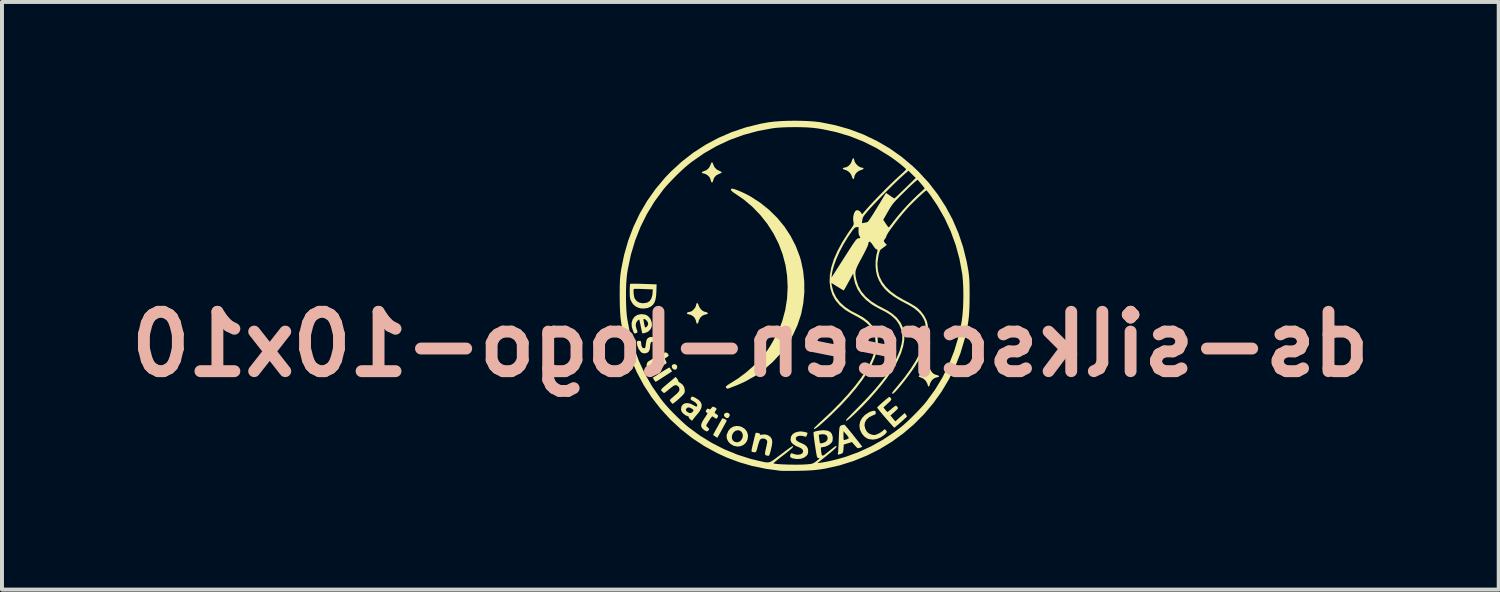
<source format=kicad_pcb>
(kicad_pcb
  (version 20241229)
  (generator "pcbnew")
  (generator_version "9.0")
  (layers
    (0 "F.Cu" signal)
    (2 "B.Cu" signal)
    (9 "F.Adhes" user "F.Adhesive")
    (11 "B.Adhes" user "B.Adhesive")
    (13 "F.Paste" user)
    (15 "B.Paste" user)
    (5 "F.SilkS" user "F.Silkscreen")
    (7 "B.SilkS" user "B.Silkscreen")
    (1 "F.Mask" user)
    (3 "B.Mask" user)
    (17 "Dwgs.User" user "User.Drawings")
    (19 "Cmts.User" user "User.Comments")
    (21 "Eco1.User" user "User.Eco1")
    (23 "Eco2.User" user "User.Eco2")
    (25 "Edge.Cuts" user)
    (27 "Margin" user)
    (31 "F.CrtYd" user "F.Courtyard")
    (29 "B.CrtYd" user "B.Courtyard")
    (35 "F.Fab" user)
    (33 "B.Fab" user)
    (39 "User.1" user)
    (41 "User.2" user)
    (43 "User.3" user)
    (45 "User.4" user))
  (footprint "ds-silkscreen-logo-10x10"
    (layer "F.Cu")
    (at 16.446 5.02)
    (property "Reference" "ds-silkscreen-logo-10x10" (at -0.539 0.629 0) (layer "B.SilkS") (effects (font (size 1.5 1.5) (thickness 0.3)) (justify mirror)))
    (attr board_only exclude_from_pos_files exclude_from_bom)
    (fp_poly (pts (xy -2.413 1.143) (xy -2.389 1.179) (xy -2.386 1.201) (xy -2.398 1.244) (xy -2.428 1.268) (xy -2.466 1.268) (xy -2.503 1.243) (xy -2.525 1.201) (xy -2.521 1.163) (xy -2.493 1.136) (xy -2.457 1.129)) (stroke (width 0) (type solid)) (fill yes) (layer "F.SilkS"))
    (fp_poly (pts (xy -1.11 2.359) (xy -1.07 2.381) (xy -1.058 2.417) (xy -1.074 2.46) (xy -1.102 2.49) (xy -1.134 2.493) (xy -1.174 2.472) (xy -1.202 2.439) (xy -1.204 2.403) (xy -1.185 2.374) (xy -1.149 2.357)) (stroke (width 0) (type solid)) (fill yes) (layer "F.SilkS"))
    (fp_poly (pts (xy -2.567 1.234) (xy -2.545 1.267) (xy -2.544 1.268) (xy -2.517 1.312) (xy -2.718 1.443) (xy -2.789 1.489) (xy -2.85 1.528) (xy -2.897 1.557) (xy -2.925 1.573) (xy -2.931 1.575) (xy -2.946 1.562) (xy -2.969 1.532) (xy -2.973 1.524) (xy -3.004 1.474) (xy -2.797 1.34) (xy -2.725 1.295) (xy -2.663 1.257) (xy -2.615 1.23) (xy -2.586 1.216) (xy -2.58 1.215)) (stroke (width 0) (type solid)) (fill yes) (layer "F.SilkS"))
    (fp_poly (pts (xy -1.23 2.5) (xy -1.196 2.513) (xy -1.184 2.518) (xy -1.149 2.537) (xy -1.138 2.554) (xy -1.145 2.577) (xy -1.147 2.581) (xy -1.169 2.622) (xy -1.199 2.677) (xy -1.234 2.741) (xy -1.27 2.808) (xy -1.306 2.872) (xy -1.337 2.927) (xy -1.36 2.968) (xy -1.372 2.989) (xy -1.373 2.99) (xy -1.387 2.982) (xy -1.417 2.963) (xy -1.427 2.956) (xy -1.46 2.934) (xy -1.478 2.919) (xy -1.479 2.917) (xy -1.472 2.902) (xy -1.452 2.865) (xy -1.424 2.812) (xy -1.389 2.75) (xy -1.352 2.684) (xy -1.317 2.619) (xy -1.285 2.564) (xy -1.261 2.522) (xy -1.248 2.5) (xy -1.246 2.498)) (stroke (width 0) (type solid)) (fill yes) (layer "F.SilkS"))
    (fp_poly (pts (xy -1.489 -3.952) (xy -1.474 -3.909) (xy -1.443 -3.843) (xy -1.388 -3.787) (xy -1.316 -3.75) (xy -1.28 -3.733) (xy -1.261 -3.717) (xy -1.261 -3.714) (xy -1.277 -3.7) (xy -1.313 -3.682) (xy -1.334 -3.674) (xy -1.407 -3.635) (xy -1.456 -3.575) (xy -1.477 -3.514) (xy -1.492 -3.471) (xy -1.509 -3.457) (xy -1.526 -3.473) (xy -1.535 -3.502) (xy -1.55 -3.551) (xy -1.569 -3.591) (xy -1.606 -3.631) (xy -1.657 -3.666) (xy -1.708 -3.687) (xy -1.73 -3.69) (xy -1.76 -3.697) (xy -1.765 -3.713) (xy -1.748 -3.732) (xy -1.712 -3.746) (xy -1.71 -3.747) (xy -1.642 -3.775) (xy -1.586 -3.827) (xy -1.548 -3.896) (xy -1.543 -3.911) (xy -1.526 -3.956) (xy -1.507 -3.97)) (stroke (width 0) (type solid)) (fill yes) (layer "F.SilkS"))
    (fp_poly (pts (xy 2.077 -4.065) (xy 2.084 -4.036) (xy 2.098 -3.981) (xy 2.134 -3.925) (xy 2.184 -3.876) (xy 2.241 -3.843) (xy 2.286 -3.833) (xy 2.316 -3.826) (xy 2.321 -3.81) (xy 2.303 -3.791) (xy 2.268 -3.779) (xy 2.202 -3.753) (xy 2.144 -3.708) (xy 2.102 -3.65) (xy 2.084 -3.588) (xy 2.084 -3.579) (xy 2.077 -3.551) (xy 2.061 -3.547) (xy 2.043 -3.565) (xy 2.029 -3.601) (xy 2.028 -3.605) (xy 2.002 -3.669) (xy 1.954 -3.726) (xy 1.893 -3.766) (xy 1.856 -3.778) (xy 1.818 -3.791) (xy 1.799 -3.809) (xy 1.8 -3.825) (xy 1.826 -3.833) (xy 1.83 -3.833) (xy 1.892 -3.848) (xy 1.951 -3.886) (xy 1.998 -3.942) (xy 2.027 -4.008) (xy 2.029 -4.018) (xy 2.043 -4.054) (xy 2.061 -4.071)) (stroke (width 0) (type solid)) (fill yes) (layer "F.SilkS"))
    (fp_poly (pts (xy 3.985 1.182) (xy 3.992 1.21) (xy 3.992 1.213) (xy 4.004 1.26) (xy 4.033 1.313) (xy 4.071 1.358) (xy 4.091 1.373) (xy 4.133 1.394) (xy 4.179 1.407) (xy 4.217 1.421) (xy 4.231 1.437) (xy 4.218 1.452) (xy 4.211 1.454) (xy 4.181 1.462) (xy 4.145 1.471) (xy 4.092 1.496) (xy 4.043 1.543) (xy 4.009 1.6) (xy 3.999 1.632) (xy 3.986 1.675) (xy 3.971 1.697) (xy 3.957 1.692) (xy 3.956 1.69) (xy 3.946 1.668) (xy 3.933 1.629) (xy 3.93 1.621) (xy 3.893 1.552) (xy 3.835 1.497) (xy 3.771 1.468) (xy 3.726 1.451) (xy 3.712 1.433) (xy 3.731 1.414) (xy 3.771 1.399) (xy 3.844 1.366) (xy 3.901 1.313) (xy 3.934 1.248) (xy 3.937 1.235) (xy 3.95 1.197) (xy 3.968 1.178)) (stroke (width 0) (type solid)) (fill yes) (layer "F.SilkS"))
    (fp_poly (pts (xy -0.804 2.7) (xy -0.754 2.718) (xy -0.676 2.769) (xy -0.624 2.837) (xy -0.599 2.919) (xy -0.598 2.95) (xy -0.611 3.039) (xy -0.65 3.113) (xy -0.708 3.168) (xy -0.781 3.202) (xy -0.864 3.212) (xy -0.953 3.194) (xy -0.97 3.187) (xy -1.045 3.142) (xy -1.101 3.08) (xy -1.133 3.009) (xy -1.138 2.949) (xy -1.005 2.949) (xy -1.004 3.005) (xy -0.985 3.053) (xy -0.944 3.089) (xy -0.936 3.092) (xy -0.872 3.106) (xy -0.815 3.089) (xy -0.771 3.051) (xy -0.738 2.993) (xy -0.728 2.932) (xy -0.74 2.876) (xy -0.771 2.831) (xy -0.818 2.804) (xy -0.853 2.799) (xy -0.91 2.812) (xy -0.955 2.846) (xy -0.988 2.894) (xy -1.005 2.949) (xy -1.138 2.949) (xy -1.139 2.935) (xy -1.136 2.915) (xy -1.1 2.824) (xy -1.045 2.755) (xy -0.975 2.71) (xy -0.893 2.691)) (stroke (width 0) (type solid)) (fill yes) (layer "F.SilkS"))
    (fp_poly (pts (xy -1.864 -0.4) (xy -1.846 -0.364) (xy -1.843 -0.35) (xy -1.822 -0.302) (xy -1.785 -0.253) (xy -1.739 -0.214) (xy -1.694 -0.193) (xy -1.68 -0.191) (xy -1.649 -0.184) (xy -1.623 -0.167) (xy -1.611 -0.149) (xy -1.618 -0.139) (xy -1.641 -0.131) (xy -1.68 -0.122) (xy -1.687 -0.121) (xy -1.75 -0.095) (xy -1.803 -0.046) (xy -1.837 0.016) (xy -1.843 0.042) (xy -1.856 0.083) (xy -1.873 0.106) (xy -1.89 0.108) (xy -1.899 0.093) (xy -1.907 0.062) (xy -1.916 0.024) (xy -1.945 -0.039) (xy -1.996 -0.09) (xy -2.059 -0.119) (xy -2.071 -0.122) (xy -2.113 -0.132) (xy -2.139 -0.144) (xy -2.142 -0.147) (xy -2.139 -0.167) (xy -2.114 -0.183) (xy -2.073 -0.191) (xy -2.07 -0.191) (xy -2.028 -0.204) (xy -1.983 -0.238) (xy -1.943 -0.284) (xy -1.916 -0.332) (xy -1.909 -0.365) (xy -1.901 -0.402) (xy -1.884 -0.413)) (stroke (width 0) (type solid)) (fill yes) (layer "F.SilkS"))
    (fp_poly (pts (xy 2.616 2.313) (xy 2.624 2.329) (xy 2.63 2.365) (xy 2.632 2.373) (xy 2.624 2.392) (xy 2.584 2.414) (xy 2.561 2.422) (xy 2.466 2.468) (xy 2.398 2.528) (xy 2.357 2.598) (xy 2.345 2.676) (xy 2.364 2.76) (xy 2.404 2.833) (xy 2.448 2.875) (xy 2.51 2.905) (xy 2.576 2.92) (xy 2.615 2.918) (xy 2.675 2.897) (xy 2.741 2.863) (xy 2.799 2.822) (xy 2.822 2.801) (xy 2.845 2.778) (xy 2.863 2.779) (xy 2.881 2.794) (xy 2.905 2.822) (xy 2.906 2.85) (xy 2.882 2.883) (xy 2.852 2.911) (xy 2.756 2.979) (xy 2.655 3.021) (xy 2.553 3.036) (xy 2.456 3.024) (xy 2.405 3.004) (xy 2.336 2.954) (xy 2.277 2.881) (xy 2.235 2.794) (xy 2.227 2.768) (xy 2.217 2.672) (xy 2.236 2.579) (xy 2.283 2.492) (xy 2.356 2.414) (xy 2.453 2.35) (xy 2.477 2.338) (xy 2.536 2.316) (xy 2.584 2.307)) (stroke (width 0) (type solid)) (fill yes) (layer "F.SilkS"))
    (fp_poly (pts (xy -2.963 0.467) (xy -2.914 0.516) (xy -2.879 0.583) (xy -2.863 0.659) (xy -2.863 0.673) (xy -2.865 0.712) (xy -2.877 0.728) (xy -2.906 0.732) (xy -2.908 0.732) (xy -2.938 0.728) (xy -2.953 0.713) (xy -2.962 0.676) (xy -2.963 0.666) (xy -2.979 0.603) (xy -3.003 0.568) (xy -3.029 0.561) (xy -3.052 0.582) (xy -3.067 0.63) (xy -3.07 0.671) (xy -3.079 0.755) (xy -3.107 0.814) (xy -3.154 0.848) (xy -3.214 0.858) (xy -3.268 0.849) (xy -3.312 0.815) (xy -3.362 0.745) (xy -3.395 0.663) (xy -3.404 0.597) (xy -3.401 0.559) (xy -3.388 0.544) (xy -3.354 0.541) (xy -3.352 0.541) (xy -3.318 0.543) (xy -3.303 0.557) (xy -3.298 0.591) (xy -3.298 0.601) (xy -3.289 0.668) (xy -3.267 0.711) (xy -3.235 0.729) (xy -3.224 0.729) (xy -3.204 0.722) (xy -3.191 0.703) (xy -3.184 0.664) (xy -3.18 0.628) (xy -3.172 0.57) (xy -3.16 0.52) (xy -3.151 0.497) (xy -3.119 0.465) (xy -3.07 0.445) (xy -3.022 0.443)) (stroke (width 0) (type solid)) (fill yes) (layer "F.SilkS"))
    (fp_poly (pts (xy -3.445 -0.902) (xy -3.361 -0.901) (xy -3.264 -0.898) (xy -3.237 -0.897) (xy -2.907 -0.886) (xy -2.913 -0.701) (xy -2.921 -0.583) (xy -2.938 -0.491) (xy -2.965 -0.42) (xy -3.004 -0.365) (xy -3.055 -0.324) (xy -3.127 -0.291) (xy -3.215 -0.276) (xy -3.303 -0.278) (xy -3.363 -0.293) (xy -3.442 -0.331) (xy -3.5 -0.382) (xy -3.547 -0.455) (xy -3.565 -0.493) (xy -3.576 -0.529) (xy -3.583 -0.572) (xy -3.586 -0.63) (xy -3.586 -0.701) (xy -3.49 -0.701) (xy -3.486 -0.646) (xy -3.478 -0.59) (xy -3.467 -0.544) (xy -3.46 -0.527) (xy -3.411 -0.464) (xy -3.344 -0.424) (xy -3.263 -0.408) (xy -3.174 -0.418) (xy -3.129 -0.432) (xy -3.078 -0.469) (xy -3.039 -0.531) (xy -3.015 -0.616) (xy -3.01 -0.659) (xy -3.002 -0.758) (xy -3.238 -0.768) (xy -3.322 -0.771) (xy -3.393 -0.772) (xy -3.447 -0.772) (xy -3.478 -0.77) (xy -3.483 -0.769) (xy -3.489 -0.745) (xy -3.49 -0.701) (xy -3.586 -0.701) (xy -3.587 -0.71) (xy -3.586 -0.782) (xy -3.583 -0.842) (xy -3.58 -0.883) (xy -3.576 -0.898) (xy -3.558 -0.901) (xy -3.513 -0.902)) (stroke (width 0) (type solid)) (fill yes) (layer "F.SilkS"))
    (fp_poly (pts (xy -1.451 2.215) (xy -1.408 2.236) (xy -1.392 2.256) (xy -1.401 2.284) (xy -1.416 2.307) (xy -1.437 2.338) (xy -1.44 2.359) (xy -1.422 2.377) (xy -1.38 2.403) (xy -1.355 2.428) (xy -1.36 2.463) (xy -1.375 2.487) (xy -1.392 2.505) (xy -1.408 2.506) (xy -1.437 2.489) (xy -1.445 2.483) (xy -1.478 2.461) (xy -1.499 2.45) (xy -1.501 2.449) (xy -1.515 2.462) (xy -1.539 2.494) (xy -1.57 2.538) (xy -1.602 2.587) (xy -1.63 2.633) (xy -1.649 2.667) (xy -1.654 2.682) (xy -1.642 2.704) (xy -1.614 2.73) (xy -1.612 2.732) (xy -1.585 2.755) (xy -1.581 2.775) (xy -1.592 2.796) (xy -1.618 2.824) (xy -1.649 2.827) (xy -1.691 2.806) (xy -1.722 2.782) (xy -1.763 2.741) (xy -1.782 2.697) (xy -1.779 2.647) (xy -1.753 2.585) (xy -1.705 2.507) (xy -1.702 2.502) (xy -1.666 2.449) (xy -1.639 2.406) (xy -1.624 2.38) (xy -1.622 2.375) (xy -1.634 2.359) (xy -1.649 2.346) (xy -1.666 2.33) (xy -1.665 2.312) (xy -1.649 2.284) (xy -1.627 2.257) (xy -1.607 2.254) (xy -1.589 2.263) (xy -1.564 2.273) (xy -1.544 2.263) (xy -1.525 2.239) (xy -1.5 2.211) (xy -1.477 2.205)) (stroke (width 0) (type solid)) (fill yes) (layer "F.SilkS"))
    (fp_poly (pts (xy -2.389 1.497) (xy -2.367 1.53) (xy -2.36 1.555) (xy -2.361 1.557) (xy -2.354 1.573) (xy -2.326 1.593) (xy -2.315 1.599) (xy -2.253 1.645) (xy -2.211 1.711) (xy -2.195 1.79) (xy -2.195 1.796) (xy -2.198 1.836) (xy -2.21 1.868) (xy -2.237 1.903) (xy -2.27 1.937) (xy -2.318 1.983) (xy -2.371 2.03) (xy -2.421 2.073) (xy -2.464 2.107) (xy -2.493 2.128) (xy -2.502 2.131) (xy -2.517 2.12) (xy -2.541 2.093) (xy -2.544 2.089) (xy -2.565 2.057) (xy -2.573 2.037) (xy -2.573 2.036) (xy -2.56 2.022) (xy -2.528 1.992) (xy -2.483 1.952) (xy -2.449 1.922) (xy -2.393 1.873) (xy -2.358 1.837) (xy -2.339 1.809) (xy -2.331 1.783) (xy -2.33 1.766) (xy -2.34 1.716) (xy -2.372 1.682) (xy -2.401 1.665) (xy -2.43 1.66) (xy -2.465 1.671) (xy -2.509 1.699) (xy -2.57 1.747) (xy -2.594 1.766) (xy -2.644 1.808) (xy -2.686 1.84) (xy -2.713 1.858) (xy -2.718 1.861) (xy -2.736 1.85) (xy -2.764 1.825) (xy -2.768 1.821) (xy -2.783 1.805) (xy -2.792 1.792) (xy -2.793 1.778) (xy -2.782 1.76) (xy -2.758 1.734) (xy -2.717 1.697) (xy -2.657 1.646) (xy -2.585 1.586) (xy -2.427 1.452)) (stroke (width 0) (type solid)) (fill yes) (layer "F.SilkS"))
    (fp_poly (pts (xy 0.776 2.834) (xy 0.827 2.842) (xy 0.872 2.853) (xy 0.901 2.864) (xy 0.907 2.87) (xy 0.902 2.886) (xy 0.891 2.92) (xy 0.889 2.923) (xy 0.875 2.956) (xy 0.857 2.964) (xy 0.831 2.957) (xy 0.767 2.941) (xy 0.704 2.94) (xy 0.652 2.953) (xy 0.618 2.978) (xy 0.612 2.99) (xy 0.611 3.031) (xy 0.637 3.068) (xy 0.692 3.101) (xy 0.732 3.118) (xy 0.82 3.158) (xy 0.879 3.203) (xy 0.912 3.257) (xy 0.922 3.323) (xy 0.922 3.324) (xy 0.918 3.379) (xy 0.901 3.42) (xy 0.878 3.448) (xy 0.812 3.496) (xy 0.727 3.523) (xy 0.629 3.527) (xy 0.536 3.511) (xy 0.485 3.491) (xy 0.464 3.462) (xy 0.471 3.42) (xy 0.474 3.411) (xy 0.488 3.387) (xy 0.504 3.381) (xy 0.536 3.391) (xy 0.548 3.396) (xy 0.616 3.416) (xy 0.682 3.418) (xy 0.738 3.405) (xy 0.778 3.378) (xy 0.795 3.339) (xy 0.795 3.334) (xy 0.782 3.291) (xy 0.741 3.254) (xy 0.67 3.222) (xy 0.662 3.219) (xy 0.603 3.192) (xy 0.547 3.154) (xy 0.532 3.142) (xy 0.496 3.102) (xy 0.48 3.063) (xy 0.477 3.026) (xy 0.491 2.954) (xy 0.532 2.896) (xy 0.596 2.856) (xy 0.68 2.834) (xy 0.729 2.831)) (stroke (width 0) (type solid)) (fill yes) (layer "F.SilkS"))
    (fp_poly (pts (xy -2.797 0.809) (xy -2.781 0.829) (xy -2.761 0.851) (xy -2.738 0.851) (xy -2.716 0.842) (xy -2.672 0.833) (xy -2.635 0.853) (xy -2.608 0.892) (xy -2.603 0.914) (xy -2.62 0.935) (xy -2.648 0.954) (xy -2.702 0.988) (xy -2.676 1.044) (xy -2.659 1.081) (xy -2.658 1.102) (xy -2.673 1.118) (xy -2.679 1.123) (xy -2.711 1.141) (xy -2.732 1.138) (xy -2.753 1.109) (xy -2.761 1.093) (xy -2.779 1.058) (xy -2.791 1.038) (xy -2.792 1.037) (xy -2.807 1.04) (xy -2.842 1.056) (xy -2.889 1.078) (xy -2.939 1.105) (xy -2.985 1.13) (xy -3.017 1.151) (xy -3.025 1.157) (xy -3.042 1.176) (xy -3.042 1.198) (xy -3.028 1.228) (xy -3.013 1.261) (xy -3.008 1.279) (xy -3.009 1.28) (xy -3.028 1.291) (xy -3.058 1.307) (xy -3.084 1.318) (xy -3.091 1.32) (xy -3.103 1.308) (xy -3.124 1.28) (xy -3.125 1.279) (xy -3.154 1.214) (xy -3.161 1.149) (xy -3.145 1.094) (xy -3.143 1.09) (xy -3.117 1.064) (xy -3.07 1.032) (xy -3.012 0.998) (xy -2.99 0.986) (xy -2.933 0.957) (xy -2.89 0.932) (xy -2.866 0.917) (xy -2.863 0.913) (xy -2.87 0.894) (xy -2.879 0.874) (xy -2.885 0.851) (xy -2.87 0.832) (xy -2.849 0.82) (xy -2.816 0.805)) (stroke (width 0) (type solid)) (fill yes) (layer "F.SilkS"))
    (fp_poly (pts (xy -1.972 1.96) (xy -1.928 1.981) (xy -1.844 2.034) (xy -1.79 2.094) (xy -1.767 2.16) (xy -1.776 2.233) (xy -1.815 2.313) (xy -1.865 2.379) (xy -1.91 2.431) (xy -1.95 2.479) (xy -1.978 2.515) (xy -1.981 2.518) (xy -2.012 2.561) (xy -2.058 2.524) (xy -2.086 2.495) (xy -2.095 2.473) (xy -2.094 2.469) (xy -2.099 2.454) (xy -2.131 2.441) (xy -2.132 2.441) (xy -2.173 2.423) (xy -2.219 2.391) (xy -2.236 2.376) (xy -2.272 2.333) (xy -2.288 2.292) (xy -2.289 2.279) (xy -2.169 2.279) (xy -2.159 2.314) (xy -2.117 2.346) (xy -2.075 2.365) (xy -2.045 2.366) (xy -2.011 2.347) (xy -2.008 2.345) (xy -1.977 2.314) (xy -1.978 2.286) (xy -2.005 2.262) (xy -2.063 2.231) (xy -2.104 2.222) (xy -2.137 2.234) (xy -2.147 2.243) (xy -2.169 2.279) (xy -2.289 2.279) (xy -2.29 2.26) (xy -2.278 2.195) (xy -2.242 2.148) (xy -2.19 2.12) (xy -2.124 2.114) (xy -2.05 2.13) (xy -1.981 2.164) (xy -1.929 2.193) (xy -1.897 2.201) (xy -1.888 2.196) (xy -1.879 2.168) (xy -1.895 2.133) (xy -1.93 2.096) (xy -1.98 2.064) (xy -2.028 2.038) (xy -2.048 2.014) (xy -2.045 1.988) (xy -2.032 1.967) (xy -2.018 1.953) (xy -2.001 1.95)) (stroke (width 0) (type solid)) (fill yes) (layer "F.SilkS"))
    (fp_poly (pts (xy -0.351 2.868) (xy -0.343 2.869) (xy -0.305 2.882) (xy -0.295 2.9) (xy -0.296 2.902) (xy -0.296 2.915) (xy -0.275 2.916) (xy -0.248 2.911) (xy -0.167 2.905) (xy -0.095 2.924) (xy -0.037 2.964) (xy 0.002 3.02) (xy 0.015 3.09) (xy 0.012 3.135) (xy 0.002 3.195) (xy -0.012 3.262) (xy -0.028 3.327) (xy -0.044 3.384) (xy -0.059 3.426) (xy -0.071 3.444) (xy -0.072 3.444) (xy -0.099 3.443) (xy -0.124 3.44) (xy -0.15 3.431) (xy -0.165 3.414) (xy -0.168 3.383) (xy -0.162 3.333) (xy -0.145 3.257) (xy -0.144 3.253) (xy -0.129 3.188) (xy -0.118 3.132) (xy -0.112 3.095) (xy -0.111 3.087) (xy -0.125 3.049) (xy -0.16 3.021) (xy -0.205 3.008) (xy -0.252 3.011) (xy -0.291 3.034) (xy -0.291 3.034) (xy -0.305 3.061) (xy -0.324 3.111) (xy -0.344 3.175) (xy -0.354 3.213) (xy -0.372 3.283) (xy -0.387 3.327) (xy -0.402 3.351) (xy -0.424 3.358) (xy -0.456 3.354) (xy -0.487 3.348) (xy -0.499 3.344) (xy -0.507 3.337) (xy -0.509 3.32) (xy -0.506 3.29) (xy -0.496 3.242) (xy -0.48 3.171) (xy -0.464 3.106) (xy -0.445 3.024) (xy -0.428 2.954) (xy -0.414 2.9) (xy -0.406 2.87) (xy -0.404 2.865) (xy -0.387 2.864)) (stroke (width 0) (type solid)) (fill yes) (layer "F.SilkS"))
    (fp_poly (pts (xy -3.196 -0.122) (xy -3.125 -0.086) (xy -3.07 -0.023) (xy -3.058 -0.000242) (xy -3.028 0.087) (xy -3.027 0.169) (xy -3.057 0.242) (xy -3.111 0.3) (xy -3.146 0.321) (xy -3.191 0.338) (xy -3.234 0.349) (xy -3.264 0.35) (xy -3.269 0.347) (xy -3.274 0.33) (xy -3.284 0.288) (xy -3.297 0.228) (xy -3.307 0.176) (xy -3.321 0.107) (xy -3.333 0.051) (xy -3.343 0.015) (xy -3.346 0.006) (xy -3.239 0.006) (xy -3.234 0.044) (xy -3.226 0.093) (xy -3.216 0.142) (xy -3.206 0.182) (xy -3.204 0.188) (xy -3.188 0.204) (xy -3.164 0.194) (xy -3.137 0.161) (xy -3.134 0.156) (xy -3.12 0.12) (xy -3.126 0.083) (xy -3.131 0.068) (xy -3.152 0.036) (xy -3.183 0.008) (xy -3.215 -0.011) (xy -3.237 -0.012) (xy -3.239 -0.011) (xy -3.239 0.006) (xy -3.346 0.006) (xy -3.347 0.004) (xy -3.361 0.009) (xy -3.388 0.031) (xy -3.395 0.037) (xy -3.428 0.092) (xy -3.435 0.162) (xy -3.414 0.242) (xy -3.412 0.249) (xy -3.394 0.294) (xy -3.391 0.319) (xy -3.403 0.335) (xy -3.428 0.347) (xy -3.454 0.357) (xy -3.471 0.35) (xy -3.487 0.324) (xy -3.499 0.298) (xy -3.534 0.19) (xy -3.539 0.093) (xy -3.515 0.006) (xy -3.512 0.000364) (xy -3.462 -0.07) (xy -3.395 -0.113) (xy -3.31 -0.132) (xy -3.286 -0.133)) (stroke (width 0) (type solid)) (fill yes) (layer "F.SilkS"))
    (fp_poly (pts (xy 1.842 2.662) (xy 1.857 2.677) (xy 1.887 2.712) (xy 1.929 2.763) (xy 1.98 2.825) (xy 2.036 2.893) (xy 2.093 2.965) (xy 2.149 3.036) (xy 2.2 3.1) (xy 2.242 3.155) (xy 2.273 3.195) (xy 2.287 3.216) (xy 2.288 3.219) (xy 2.271 3.227) (xy 2.235 3.24) (xy 2.227 3.243) (xy 2.197 3.252) (xy 2.174 3.251) (xy 2.152 3.237) (xy 2.12 3.204) (xy 2.099 3.18) (xy 2.027 3.098) (xy 1.924 3.13) (xy 1.821 3.161) (xy 1.817 3.239) (xy 1.811 3.309) (xy 1.802 3.354) (xy 1.788 3.379) (xy 1.765 3.392) (xy 1.759 3.394) (xy 1.717 3.406) (xy 1.694 3.414) (xy 1.675 3.416) (xy 1.672 3.399) (xy 1.675 3.378) (xy 1.679 3.347) (xy 1.683 3.291) (xy 1.687 3.215) (xy 1.691 3.127) (xy 1.694 3.054) (xy 1.696 3.001) (xy 1.814 3.001) (xy 1.818 3.035) (xy 1.833 3.047) (xy 1.865 3.041) (xy 1.92 3.02) (xy 1.921 3.02) (xy 1.942 3.009) (xy 1.946 2.992) (xy 1.934 2.965) (xy 1.902 2.924) (xy 1.87 2.887) (xy 1.814 2.823) (xy 1.814 2.939) (xy 1.814 3.001) (xy 1.696 3.001) (xy 1.698 2.938) (xy 1.702 2.85) (xy 1.707 2.785) (xy 1.713 2.74) (xy 1.721 2.711) (xy 1.733 2.692) (xy 1.749 2.681) (xy 1.77 2.673) (xy 1.774 2.672) (xy 1.814 2.662) (xy 1.84 2.661)) (stroke (width 0) (type solid)) (fill yes) (layer "F.SilkS"))
    (fp_poly (pts (xy 2.991 1.968) (xy 3.011 1.992) (xy 3.022 2.01) (xy 3.023 2.026) (xy 3.01 2.047) (xy 2.981 2.077) (xy 2.932 2.123) (xy 2.93 2.125) (xy 2.824 2.222) (xy 2.868 2.28) (xy 2.897 2.315) (xy 2.919 2.335) (xy 2.925 2.338) (xy 2.942 2.328) (xy 2.976 2.302) (xy 3.02 2.266) (xy 3.028 2.258) (xy 3.074 2.22) (xy 3.113 2.192) (xy 3.136 2.179) (xy 3.138 2.179) (xy 3.16 2.191) (xy 3.179 2.214) (xy 3.188 2.232) (xy 3.187 2.25) (xy 3.171 2.272) (xy 3.138 2.305) (xy 3.101 2.339) (xy 3 2.428) (xy 3.062 2.502) (xy 3.124 2.576) (xy 3.164 2.54) (xy 3.198 2.51) (xy 3.244 2.468) (xy 3.283 2.434) (xy 3.36 2.365) (xy 3.39 2.403) (xy 3.41 2.433) (xy 3.419 2.451) (xy 3.408 2.464) (xy 3.378 2.492) (xy 3.335 2.532) (xy 3.284 2.578) (xy 3.23 2.626) (xy 3.179 2.67) (xy 3.136 2.706) (xy 3.107 2.729) (xy 3.097 2.736) (xy 3.085 2.724) (xy 3.056 2.692) (xy 3.012 2.643) (xy 2.957 2.581) (xy 2.894 2.508) (xy 2.877 2.489) (xy 2.813 2.414) (xy 2.756 2.347) (xy 2.711 2.291) (xy 2.679 2.251) (xy 2.665 2.23) (xy 2.664 2.228) (xy 2.675 2.213) (xy 2.706 2.183) (xy 2.749 2.142) (xy 2.801 2.096) (xy 2.854 2.049) (xy 2.903 2.008) (xy 2.944 1.976) (xy 2.969 1.958) (xy 2.974 1.956)) (stroke (width 0) (type solid)) (fill yes) (layer "F.SilkS"))
    (fp_poly (pts (xy -0.98 -3.302) (xy -0.929 -3.287) (xy -0.861 -3.263) (xy -0.781 -3.229) (xy -0.695 -3.19) (xy -0.608 -3.146) (xy -0.525 -3.101) (xy -0.524 -3.1) (xy -0.281 -2.942) (xy -0.057 -2.761) (xy 0.146 -2.56) (xy 0.326 -2.341) (xy 0.48 -2.105) (xy 0.608 -1.856) (xy 0.708 -1.594) (xy 0.739 -1.491) (xy 0.795 -1.229) (xy 0.823 -0.957) (xy 0.825 -0.681) (xy 0.799 -0.409) (xy 0.747 -0.145) (xy 0.739 -0.116) (xy 0.651 0.148) (xy 0.534 0.401) (xy 0.39 0.641) (xy 0.221 0.866) (xy 0.029 1.073) (xy -0.184 1.261) (xy -0.416 1.426) (xy -0.665 1.567) (xy -0.724 1.595) (xy -0.795 1.626) (xy -0.871 1.659) (xy -0.947 1.689) (xy -1.016 1.716) (xy -1.072 1.737) (xy -1.109 1.748) (xy -1.119 1.749) (xy -1.132 1.742) (xy -1.145 1.734) (xy -1.16 1.715) (xy -1.15 1.69) (xy -1.114 1.658) (xy -1.051 1.617) (xy -1.021 1.6) (xy -0.842 1.487) (xy -0.661 1.351) (xy -0.486 1.2) (xy -0.324 1.04) (xy -0.181 0.876) (xy -0.107 0.779) (xy -0.04 0.676) (xy 0.032 0.553) (xy 0.103 0.418) (xy 0.17 0.281) (xy 0.226 0.151) (xy 0.269 0.037) (xy 0.269 0.036) (xy 0.344 -0.242) (xy 0.389 -0.529) (xy 0.404 -0.819) (xy 0.389 -1.109) (xy 0.35 -1.369) (xy 0.277 -1.645) (xy 0.176 -1.913) (xy 0.046 -2.17) (xy -0.109 -2.413) (xy -0.288 -2.639) (xy -0.489 -2.847) (xy -0.711 -3.034) (xy -0.913 -3.172) (xy -0.981 -3.218) (xy -1.02 -3.254) (xy -1.032 -3.28) (xy -1.018 -3.298) (xy -1.008 -3.303)) (stroke (width 0) (type solid)) (fill yes) (layer "F.SilkS"))
    (fp_poly (pts (xy 0.766 -5.017) (xy 0.941 -5.01) (xy 1.1 -4.998) (xy 1.233 -4.982) (xy 1.606 -4.907) (xy 1.968 -4.804) (xy 2.318 -4.672) (xy 2.653 -4.512) (xy 2.974 -4.326) (xy 3.278 -4.112) (xy 3.564 -3.872) (xy 3.713 -3.729) (xy 3.967 -3.454) (xy 4.195 -3.159) (xy 4.397 -2.848) (xy 4.572 -2.521) (xy 4.719 -2.179) (xy 4.838 -1.823) (xy 4.928 -1.456) (xy 4.966 -1.249) (xy 4.977 -1.173) (xy 4.985 -1.102) (xy 4.992 -1.029) (xy 4.996 -0.949) (xy 4.999 -0.856) (xy 5 -0.744) (xy 5.001 -0.606) (xy 5.001 -0.596) (xy 4.999 -0.41) (xy 4.994 -0.248) (xy 4.985 -0.103) (xy 4.97 0.033) (xy 4.949 0.166) (xy 4.921 0.305) (xy 4.886 0.456) (xy 4.877 0.493) (xy 4.771 0.848) (xy 4.638 1.188) (xy 4.477 1.514) (xy 4.292 1.825) (xy 4.083 2.117) (xy 3.852 2.391) (xy 3.599 2.646) (xy 3.327 2.879) (xy 3.036 3.09) (xy 2.728 3.278) (xy 2.405 3.44) (xy 2.068 3.577) (xy 1.718 3.687) (xy 1.356 3.768) (xy 1.241 3.787) (xy 1.143 3.8) (xy 1.041 3.81) (xy 0.927 3.817) (xy 0.795 3.822) (xy 0.652 3.825) (xy 0.542 3.826) (xy 0.44 3.826) (xy 0.349 3.826) (xy 0.277 3.826) (xy 0.229 3.824) (xy 0.215 3.823) (xy -0.148 3.774) (xy -0.491 3.703) (xy -0.82 3.608) (xy -1.138 3.488) (xy -1.377 3.378) (xy -1.702 3.201) (xy -2.009 2.998) (xy -2.297 2.771) (xy -2.565 2.522) (xy -2.811 2.252) (xy -3.035 1.964) (xy -3.234 1.657) (xy -3.407 1.335) (xy -3.554 0.999) (xy -3.672 0.651) (xy -3.716 0.493) (xy -3.753 0.338) (xy -3.782 0.197) (xy -3.805 0.063) (xy -3.821 -0.072) (xy -3.831 -0.214) (xy -3.837 -0.371) (xy -3.839 -0.552) (xy -3.84 -0.579) (xy -3.681 -0.579) (xy -3.679 -0.417) (xy -3.673 -0.264) (xy -3.663 -0.129) (xy -3.653 -0.04) (xy -3.583 0.335) (xy -3.484 0.696) (xy -3.357 1.044) (xy -3.202 1.377) (xy -3.018 1.696) (xy -2.806 2) (xy -2.741 2.084) (xy -2.669 2.169) (xy -2.579 2.268) (xy -2.477 2.374) (xy -2.37 2.48) (xy -2.265 2.58) (xy -2.168 2.668) (xy -2.099 2.725) (xy -1.813 2.935) (xy -1.51 3.121) (xy -1.193 3.283) (xy -0.865 3.417) (xy -0.533 3.523) (xy -0.348 3.568) (xy -0.256 3.589) (xy -0.186 3.604) (xy -0.132 3.613) (xy -0.087 3.613) (xy -0.046 3.604) (xy -0.003 3.583) (xy 0.048 3.55) (xy 0.111 3.503) (xy 0.194 3.44) (xy 0.223 3.418) (xy 0.322 3.343) (xy 0.398 3.287) (xy 0.455 3.246) (xy 0.495 3.219) (xy 0.52 3.205) (xy 0.534 3.201) (xy 0.539 3.207) (xy 0.539 3.219) (xy 0.538 3.222) (xy 0.524 3.24) (xy 0.489 3.274) (xy 0.435 3.319) (xy 0.368 3.374) (xy 0.292 3.433) (xy 0.28 3.442) (xy 0.204 3.5) (xy 0.139 3.552) (xy 0.088 3.594) (xy 0.055 3.623) (xy 0.043 3.637) (xy 0.043 3.638) (xy 0.085 3.646) (xy 0.152 3.654) (xy 0.24 3.66) (xy 0.343 3.664) (xy 0.455 3.668) (xy 0.569 3.669) (xy 0.682 3.669) (xy 0.785 3.667) (xy 0.875 3.662) (xy 0.907 3.66) (xy 0.975 3.653) (xy 1.022 3.644) (xy 1.06 3.628) (xy 1.1 3.603) (xy 1.133 3.577) (xy 1.179 3.541) (xy 1.202 3.52) (xy 1.206 3.508) (xy 1.192 3.503) (xy 1.186 3.502) (xy 1.172 3.5) (xy 1.162 3.497) (xy 1.153 3.488) (xy 1.145 3.469) (xy 1.137 3.437) (xy 1.128 3.388) (xy 1.116 3.318) (xy 1.102 3.223) (xy 1.088 3.136) (xy 1.076 3.045) (xy 1.066 2.966) (xy 1.061 2.914) (xy 1.19 2.914) (xy 1.201 3.012) (xy 1.208 3.065) (xy 1.216 3.106) (xy 1.22 3.123) (xy 1.241 3.131) (xy 1.28 3.126) (xy 1.325 3.111) (xy 1.365 3.09) (xy 1.368 3.088) (xy 1.405 3.048) (xy 1.414 3) (xy 1.409 2.964) (xy 1.384 2.926) (xy 1.336 2.904) (xy 1.272 2.901) (xy 1.252 2.903) (xy 1.19 2.914) (xy 1.061 2.914) (xy 1.06 2.903) (xy 1.058 2.862) (xy 1.06 2.848) (xy 1.09 2.833) (xy 1.143 2.819) (xy 1.207 2.808) (xy 1.274 2.801) (xy 1.312 2.799) (xy 1.405 2.809) (xy 1.474 2.838) (xy 1.518 2.888) (xy 1.54 2.958) (xy 1.543 3.001) (xy 1.54 3.055) (xy 1.528 3.091) (xy 1.501 3.126) (xy 1.49 3.137) (xy 1.425 3.185) (xy 1.346 3.217) (xy 1.273 3.229) (xy 1.253 3.231) (xy 1.243 3.242) (xy 1.243 3.27) (xy 1.248 3.319) (xy 1.256 3.38) (xy 1.265 3.42) (xy 1.278 3.44) (xy 1.301 3.439) (xy 1.337 3.417) (xy 1.39 3.375) (xy 1.445 3.331) (xy 1.507 3.281) (xy 1.56 3.24) (xy 1.6 3.211) (xy 1.622 3.197) (xy 1.624 3.197) (xy 1.64 3.204) (xy 1.633 3.225) (xy 1.603 3.26) (xy 1.548 3.312) (xy 1.468 3.379) (xy 1.396 3.438) (xy 1.154 3.631) (xy 1.241 3.62) (xy 1.339 3.604) (xy 1.459 3.58) (xy 1.59 3.549) (xy 1.725 3.513) (xy 1.854 3.476) (xy 1.89 3.464) (xy 2.201 3.35) (xy 2.509 3.208) (xy 2.808 3.041) (xy 3.093 2.852) (xy 3.26 2.725) (xy 3.346 2.653) (xy 3.445 2.563) (xy 3.551 2.461) (xy 3.657 2.354) (xy 3.757 2.249) (xy 3.845 2.152) (xy 3.902 2.084) (xy 4.122 1.784) (xy 4.313 1.469) (xy 4.477 1.14) (xy 4.612 0.796) (xy 4.719 0.44) (xy 4.796 0.073) (xy 4.805 0.014) (xy 4.822 -0.123) (xy 4.834 -0.282) (xy 4.841 -0.454) (xy 4.843 -0.631) (xy 4.84 -0.804) (xy 4.832 -0.966) (xy 4.82 -1.108) (xy 4.814 -1.153) (xy 4.745 -1.526) (xy 4.648 -1.883) (xy 4.523 -2.226) (xy 4.37 -2.556) (xy 4.188 -2.874) (xy 4.01 -3.137) (xy 3.97 -3.19) (xy 3.937 -3.231) (xy 3.914 -3.256) (xy 3.908 -3.26) (xy 3.89 -3.25) (xy 3.854 -3.22) (xy 3.804 -3.176) (xy 3.744 -3.121) (xy 3.677 -3.058) (xy 3.608 -2.991) (xy 3.541 -2.925) (xy 3.479 -2.863) (xy 3.428 -2.808) (xy 3.426 -2.806) (xy 3.346 -2.715) (xy 3.265 -2.619) (xy 3.186 -2.521) (xy 3.111 -2.425) (xy 3.043 -2.334) (xy 2.984 -2.252) (xy 2.938 -2.182) (xy 2.908 -2.129) (xy 2.895 -2.095) (xy 2.895 -2.092) (xy 2.885 -2.067) (xy 2.863 -2.036) (xy 2.837 -2) (xy 2.835 -1.972) (xy 2.858 -1.939) (xy 2.87 -1.925) (xy 2.91 -1.884) (xy 2.843 -1.831) (xy 2.8 -1.799) (xy 2.766 -1.774) (xy 2.754 -1.766) (xy 2.737 -1.742) (xy 2.72 -1.694) (xy 2.703 -1.629) (xy 2.689 -1.555) (xy 2.678 -1.478) (xy 2.672 -1.406) (xy 2.672 -1.386) (xy 2.685 -1.231) (xy 2.723 -1.086) (xy 2.788 -0.952) (xy 2.881 -0.827) (xy 3.003 -0.709) (xy 3.154 -0.598) (xy 3.336 -0.492) (xy 3.388 -0.465) (xy 3.471 -0.422) (xy 3.552 -0.375) (xy 3.623 -0.332) (xy 3.676 -0.296) (xy 3.679 -0.293) (xy 3.768 -0.207) (xy 3.848 -0.101) (xy 3.908 0.013) (xy 3.923 0.053) (xy 3.943 0.142) (xy 3.952 0.25) (xy 3.948 0.368) (xy 3.933 0.486) (xy 3.915 0.565) (xy 3.88 0.667) (xy 3.831 0.787) (xy 3.771 0.915) (xy 3.704 1.042) (xy 3.635 1.16) (xy 3.62 1.183) (xy 3.562 1.27) (xy 3.496 1.363) (xy 3.426 1.458) (xy 3.355 1.551) (xy 3.285 1.639) (xy 3.22 1.718) (xy 3.162 1.785) (xy 3.114 1.836) (xy 3.079 1.868) (xy 3.061 1.877) (xy 3.045 1.874) (xy 3.041 1.863) (xy 3.052 1.84) (xy 3.08 1.802) (xy 3.126 1.746) (xy 3.159 1.708) (xy 3.349 1.475) (xy 3.512 1.25) (xy 3.647 1.035) (xy 3.755 0.829) (xy 3.834 0.635) (xy 3.858 0.558) (xy 3.879 0.482) (xy 3.89 0.419) (xy 3.895 0.356) (xy 3.895 0.279) (xy 3.894 0.25) (xy 3.889 0.168) (xy 3.881 0.107) (xy 3.869 0.058) (xy 3.849 0.008) (xy 3.841 -0.008) (xy 3.781 -0.108) (xy 3.7 -0.199) (xy 3.594 -0.285) (xy 3.46 -0.367) (xy 3.402 -0.397) (xy 3.225 -0.492) (xy 3.077 -0.585) (xy 2.955 -0.677) (xy 2.855 -0.773) (xy 2.775 -0.874) (xy 2.712 -0.984) (xy 2.664 -1.103) (xy 2.637 -1.217) (xy 2.625 -1.349) (xy 2.627 -1.485) (xy 2.644 -1.615) (xy 2.654 -1.657) (xy 2.668 -1.713) (xy 2.674 -1.746) (xy 2.671 -1.761) (xy 2.659 -1.767) (xy 2.65 -1.769) (xy 2.624 -1.785) (xy 2.59 -1.825) (xy 2.561 -1.869) (xy 2.519 -1.929) (xy 2.486 -1.96) (xy 2.472 -1.964) (xy 2.45 -1.956) (xy 2.444 -1.928) (xy 2.444 -1.92) (xy 2.437 -1.888) (xy 2.414 -1.829) (xy 2.373 -1.745) (xy 2.316 -1.634) (xy 2.282 -1.57) (xy 2.223 -1.461) (xy 2.178 -1.375) (xy 2.147 -1.305) (xy 2.126 -1.247) (xy 2.116 -1.196) (xy 2.115 -1.146) (xy 2.121 -1.091) (xy 2.133 -1.027) (xy 2.138 -1) (xy 2.186 -0.849) (xy 2.264 -0.709) (xy 2.372 -0.579) (xy 2.509 -0.461) (xy 2.675 -0.355) (xy 2.783 -0.299) (xy 2.929 -0.222) (xy 3.047 -0.144) (xy 3.145 -0.059) (xy 3.168 -0.036) (xy 3.257 0.082) (xy 3.318 0.212) (xy 3.349 0.355) (xy 3.351 0.509) (xy 3.323 0.676) (xy 3.267 0.855) (xy 3.181 1.046) (xy 3.066 1.249) (xy 3.01 1.336) (xy 2.899 1.494) (xy 2.767 1.664) (xy 2.619 1.841) (xy 2.461 2.019) (xy 2.297 2.192) (xy 2.132 2.355) (xy 2.091 2.394) (xy 2.014 2.465) (xy 1.956 2.515) (xy 1.916 2.546) (xy 1.891 2.559) (xy 1.879 2.556) (xy 1.877 2.545) (xy 1.888 2.53) (xy 1.918 2.496) (xy 1.965 2.446) (xy 2.027 2.382) (xy 2.099 2.308) (xy 2.179 2.227) (xy 2.183 2.223) (xy 2.414 1.985) (xy 2.617 1.76) (xy 2.792 1.547) (xy 2.941 1.345) (xy 3.063 1.153) (xy 3.16 0.97) (xy 3.233 0.795) (xy 3.281 0.627) (xy 3.3 0.515) (xy 3.301 0.388) (xy 3.275 0.258) (xy 3.224 0.135) (xy 3.151 0.026) (xy 3.122 -0.006) (xy 3.063 -0.062) (xy 3.004 -0.11) (xy 2.936 -0.155) (xy 2.853 -0.203) (xy 2.767 -0.246) (xy 2.693 -0.285) (xy 2.619 -0.326) (xy 2.556 -0.363) (xy 2.531 -0.378) (xy 2.384 -0.492) (xy 2.263 -0.621) (xy 2.169 -0.763) (xy 2.105 -0.917) (xy 2.072 -1.069) (xy 2.06 -1.161) (xy 1.943 -0.946) (xy 1.902 -0.872) (xy 1.867 -0.809) (xy 1.84 -0.762) (xy 1.823 -0.736) (xy 1.819 -0.732) (xy 1.804 -0.74) (xy 1.767 -0.761) (xy 1.715 -0.793) (xy 1.66 -0.827) (xy 1.508 -0.923) (xy 1.519 -0.855) (xy 1.559 -0.701) (xy 1.628 -0.56) (xy 1.725 -0.432) (xy 1.852 -0.316) (xy 2.007 -0.213) (xy 2.15 -0.14) (xy 2.305 -0.055) (xy 2.436 0.045) (xy 2.541 0.16) (xy 2.617 0.286) (xy 2.666 0.423) (xy 2.677 0.482) (xy 2.682 0.627) (xy 2.659 0.784) (xy 2.608 0.954) (xy 2.53 1.134) (xy 2.424 1.325) (xy 2.292 1.526) (xy 2.133 1.735) (xy 1.949 1.953) (xy 1.74 2.178) (xy 1.505 2.41) (xy 1.355 2.55) (xy 1.259 2.636) (xy 1.184 2.7) (xy 1.128 2.742) (xy 1.091 2.764) (xy 1.071 2.767) (xy 1.066 2.755) (xy 1.077 2.74) (xy 1.108 2.708) (xy 1.156 2.662) (xy 1.216 2.605) (xy 1.282 2.544) (xy 1.516 2.324) (xy 1.731 2.108) (xy 1.925 1.896) (xy 2.098 1.691) (xy 2.247 1.495) (xy 2.371 1.31) (xy 2.455 1.161) (xy 2.528 1.008) (xy 2.58 0.87) (xy 2.612 0.744) (xy 2.625 0.623) (xy 2.626 0.59) (xy 2.615 0.454) (xy 2.581 0.333) (xy 2.523 0.223) (xy 2.439 0.123) (xy 2.326 0.03) (xy 2.184 -0.058) (xy 2.129 -0.087) (xy 2.049 -0.13) (xy 1.968 -0.175) (xy 1.897 -0.218) (xy 1.851 -0.248) (xy 1.717 -0.36) (xy 1.611 -0.486) (xy 1.534 -0.625) (xy 1.485 -0.778) (xy 1.463 -0.944) (xy 1.468 -1.058) (xy 1.511 -1.058) (xy 1.542 -1.105) (xy 1.558 -1.13) (xy 1.589 -1.178) (xy 1.632 -1.246) (xy 1.686 -1.33) (xy 1.747 -1.426) (xy 1.814 -1.531) (xy 1.857 -1.598) (xy 1.935 -1.72) (xy 1.997 -1.817) (xy 2.047 -1.893) (xy 2.086 -1.95) (xy 2.116 -1.991) (xy 2.139 -2.018) (xy 2.157 -2.035) (xy 2.172 -2.044) (xy 2.187 -2.048) (xy 2.192 -2.049) (xy 2.229 -2.054) (xy 2.24 -2.065) (xy 2.228 -2.091) (xy 2.216 -2.109) (xy 2.198 -2.157) (xy 2.193 -2.227) (xy 2.193 -2.24) (xy 2.197 -2.331) (xy 2.149 -2.331) (xy 2.12 -2.326) (xy 2.094 -2.31) (xy 2.063 -2.276) (xy 2.03 -2.234) (xy 1.915 -2.064) (xy 1.809 -1.888) (xy 1.716 -1.711) (xy 1.638 -1.539) (xy 1.578 -1.375) (xy 1.536 -1.225) (xy 1.521 -1.137) (xy 1.511 -1.058) (xy 1.468 -1.058) (xy 1.47 -1.121) (xy 1.505 -1.31) (xy 1.568 -1.511) (xy 1.659 -1.722) (xy 1.778 -1.944) (xy 1.925 -2.175) (xy 1.973 -2.244) (xy 2.019 -2.309) (xy 2.049 -2.355) (xy 2.066 -2.387) (xy 2.073 -2.413) (xy 2.072 -2.431) (xy 2.28 -2.431) (xy 2.337 -2.441) (xy 2.383 -2.45) (xy 2.418 -2.458) (xy 2.421 -2.459) (xy 2.436 -2.474) (xy 2.465 -2.513) (xy 2.467 -2.516) (xy 2.819 -2.516) (xy 2.883 -2.419) (xy 2.916 -2.372) (xy 2.942 -2.339) (xy 2.958 -2.325) (xy 2.959 -2.326) (xy 2.972 -2.339) (xy 3 -2.374) (xy 3.039 -2.423) (xy 3.085 -2.484) (xy 3.09 -2.489) (xy 3.188 -2.613) (xy 3.302 -2.747) (xy 3.425 -2.882) (xy 3.549 -3.01) (xy 3.666 -3.124) (xy 3.711 -3.165) (xy 3.769 -3.217) (xy 3.817 -3.261) (xy 3.85 -3.293) (xy 3.864 -3.31) (xy 3.865 -3.311) (xy 3.855 -3.327) (xy 3.829 -3.361) (xy 3.792 -3.406) (xy 3.775 -3.426) (xy 3.685 -3.53) (xy 3.605 -3.463) (xy 3.569 -3.431) (xy 3.515 -3.381) (xy 3.449 -3.318) (xy 3.376 -3.245) (xy 3.299 -3.169) (xy 3.285 -3.156) (xy 3.203 -3.073) (xy 3.139 -3.007) (xy 3.089 -2.951) (xy 3.049 -2.901) (xy 3.014 -2.851) (xy 2.979 -2.796) (xy 2.94 -2.729) (xy 2.932 -2.716) (xy 2.819 -2.516) (xy 2.467 -2.516) (xy 2.505 -2.572) (xy 2.554 -2.648) (xy 2.609 -2.736) (xy 2.665 -2.828) (xy 2.724 -2.924) (xy 2.776 -3.011) (xy 2.821 -3.085) (xy 2.856 -3.143) (xy 2.879 -3.18) (xy 2.887 -3.194) (xy 2.901 -3.188) (xy 2.934 -3.166) (xy 2.979 -3.135) (xy 2.991 -3.126) (xy 3.039 -3.092) (xy 3.078 -3.067) (xy 3.1 -3.057) (xy 3.102 -3.057) (xy 3.116 -3.069) (xy 3.15 -3.1) (xy 3.2 -3.147) (xy 3.262 -3.207) (xy 3.333 -3.276) (xy 3.377 -3.318) (xy 3.64 -3.574) (xy 3.547 -3.665) (xy 3.455 -3.757) (xy 3.322 -3.641) (xy 3.254 -3.579) (xy 3.169 -3.499) (xy 3.072 -3.405) (xy 2.967 -3.301) (xy 2.858 -3.193) (xy 2.751 -3.083) (xy 2.65 -2.978) (xy 2.559 -2.882) (xy 2.483 -2.8) (xy 2.442 -2.754) (xy 2.384 -2.685) (xy 2.343 -2.635) (xy 2.317 -2.596) (xy 2.302 -2.563) (xy 2.293 -2.531) (xy 2.29 -2.51) (xy 2.28 -2.431) (xy 2.072 -2.431) (xy 2.071 -2.438) (xy 2.066 -2.466) (xy 2.058 -2.536) (xy 2.063 -2.609) (xy 2.08 -2.675) (xy 2.105 -2.727) (xy 2.137 -2.756) (xy 2.139 -2.757) (xy 2.182 -2.758) (xy 2.227 -2.733) (xy 2.256 -2.699) (xy 2.285 -2.656) (xy 2.426 -2.819) (xy 2.499 -2.9) (xy 2.59 -2.997) (xy 2.693 -3.105) (xy 2.805 -3.218) (xy 2.918 -3.332) (xy 3.029 -3.441) (xy 3.132 -3.54) (xy 3.222 -3.622) (xy 3.245 -3.643) (xy 3.302 -3.695) (xy 3.349 -3.739) (xy 3.382 -3.773) (xy 3.396 -3.791) (xy 3.396 -3.792) (xy 3.383 -3.81) (xy 3.349 -3.842) (xy 3.297 -3.886) (xy 3.232 -3.939) (xy 3.158 -3.995) (xy 3.079 -4.054) (xy 2.999 -4.11) (xy 2.95 -4.143) (xy 2.639 -4.333) (xy 2.318 -4.493) (xy 1.986 -4.625) (xy 1.641 -4.729) (xy 1.279 -4.807) (xy 1.137 -4.829) (xy 1.021 -4.842) (xy 0.881 -4.852) (xy 0.725 -4.857) (xy 0.563 -4.858) (xy 0.401 -4.856) (xy 0.248 -4.85) (xy 0.113 -4.84) (xy 0.024 -4.829) (xy -0.351 -4.76) (xy -0.712 -4.661) (xy -1.06 -4.534) (xy -1.393 -4.379) (xy -1.712 -4.195) (xy -2.016 -3.983) (xy -2.099 -3.918) (xy -2.185 -3.846) (xy -2.284 -3.756) (xy -2.39 -3.654) (xy -2.496 -3.547) (xy -2.596 -3.442) (xy -2.684 -3.345) (xy -2.741 -3.276) (xy -2.961 -2.977) (xy -3.153 -2.662) (xy -3.316 -2.333) (xy -3.451 -1.989) (xy -3.558 -1.631) (xy -3.636 -1.26) (xy -3.653 -1.153) (xy -3.665 -1.037) (xy -3.675 -0.897) (xy -3.68 -0.741) (xy -3.681 -0.579) (xy -3.84 -0.579) (xy -3.84 -0.596) (xy -3.839 -0.736) (xy -3.838 -0.85) (xy -3.835 -0.944) (xy -3.831 -1.025) (xy -3.825 -1.097) (xy -3.816 -1.168) (xy -3.805 -1.244) (xy -3.805 -1.249) (xy -3.73 -1.622) (xy -3.627 -1.984) (xy -3.495 -2.334) (xy -3.336 -2.669) (xy -3.149 -2.99) (xy -2.935 -3.293) (xy -2.695 -3.58) (xy -2.552 -3.729) (xy -2.277 -3.983) (xy -1.982 -4.211) (xy -1.671 -4.413) (xy -1.344 -4.587) (xy -1.002 -4.735) (xy -0.646 -4.854) (xy -0.279 -4.944) (xy -0.072 -4.982) (xy 0.065 -4.998) (xy 0.224 -5.01) (xy 0.4 -5.017) (xy 0.583 -5.02)) (stroke (width 0) (type solid)) (fill yes) (layer "F.SilkS")))
  (gr_rect
    (start -3 -3)
    (end 34.814 11.846)
    (stroke (width 0.1) (type default))
    (fill no)
    (layer "Edge.Cuts")))
</source>
